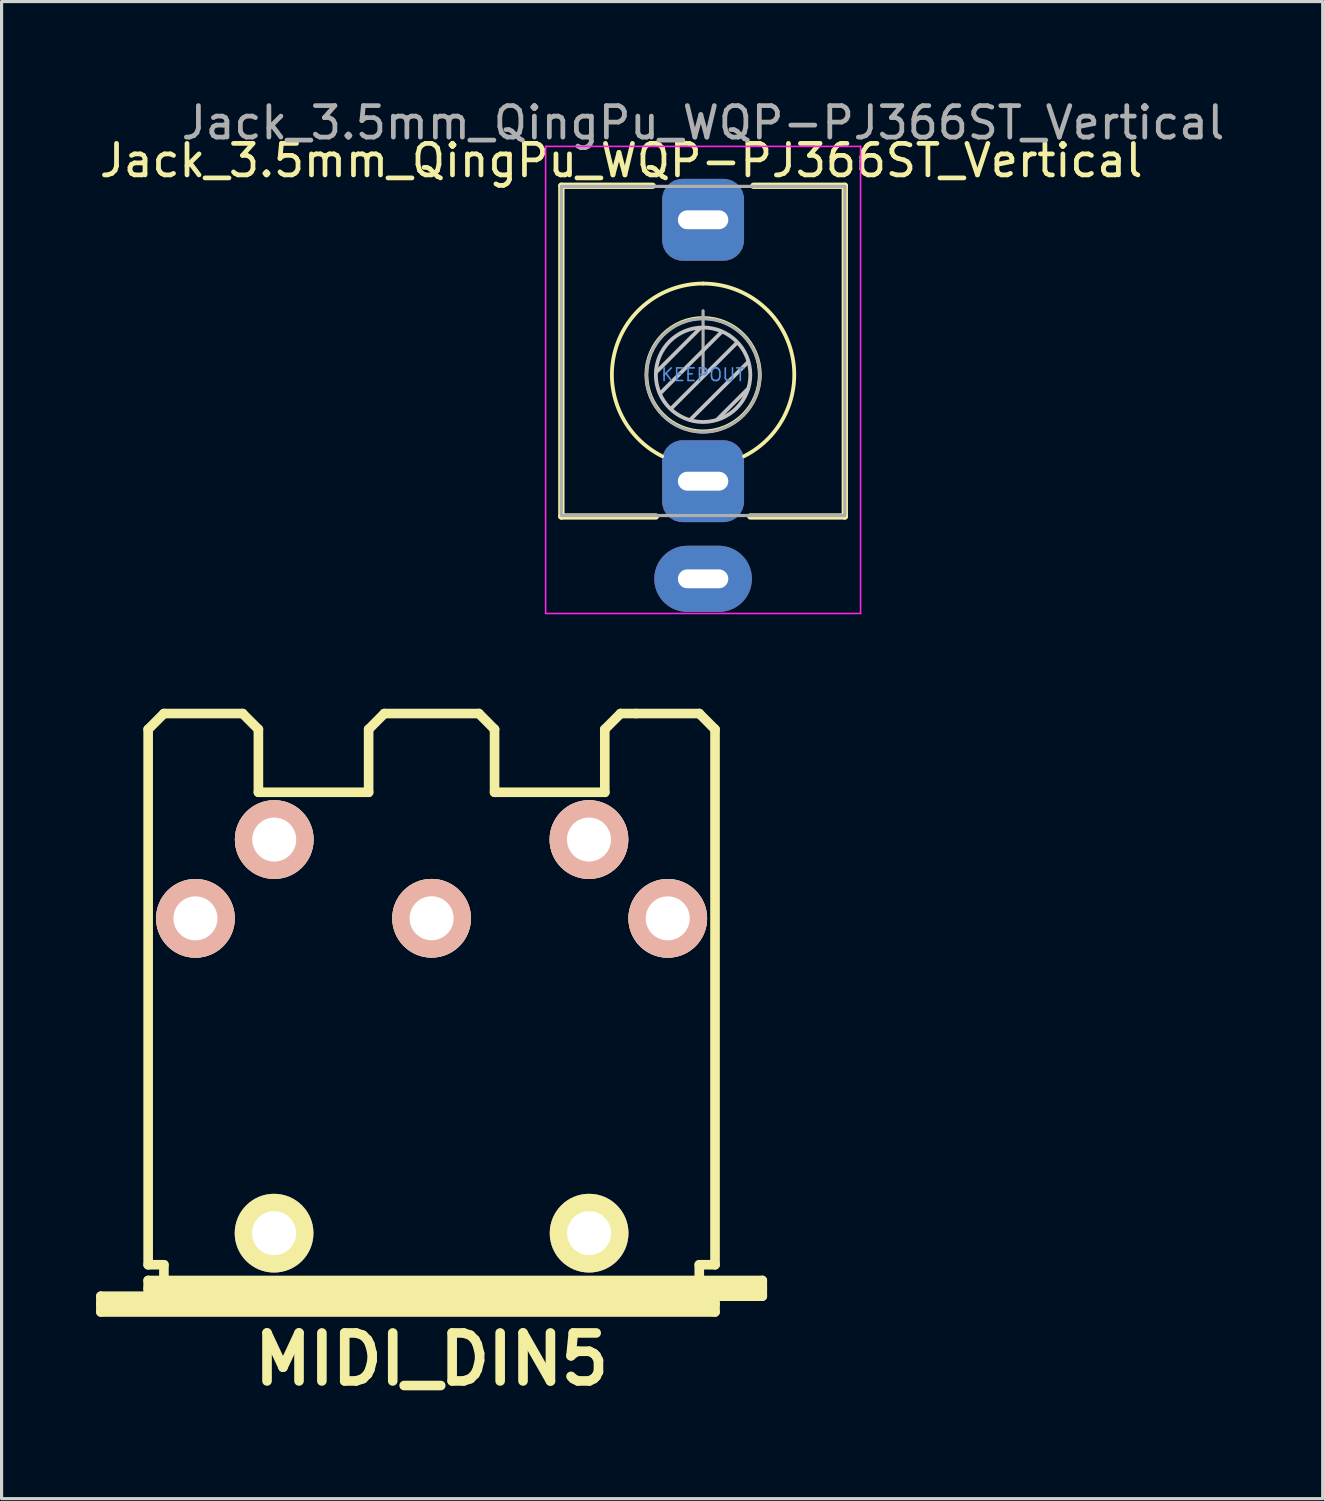
<source format=kicad_pcb>
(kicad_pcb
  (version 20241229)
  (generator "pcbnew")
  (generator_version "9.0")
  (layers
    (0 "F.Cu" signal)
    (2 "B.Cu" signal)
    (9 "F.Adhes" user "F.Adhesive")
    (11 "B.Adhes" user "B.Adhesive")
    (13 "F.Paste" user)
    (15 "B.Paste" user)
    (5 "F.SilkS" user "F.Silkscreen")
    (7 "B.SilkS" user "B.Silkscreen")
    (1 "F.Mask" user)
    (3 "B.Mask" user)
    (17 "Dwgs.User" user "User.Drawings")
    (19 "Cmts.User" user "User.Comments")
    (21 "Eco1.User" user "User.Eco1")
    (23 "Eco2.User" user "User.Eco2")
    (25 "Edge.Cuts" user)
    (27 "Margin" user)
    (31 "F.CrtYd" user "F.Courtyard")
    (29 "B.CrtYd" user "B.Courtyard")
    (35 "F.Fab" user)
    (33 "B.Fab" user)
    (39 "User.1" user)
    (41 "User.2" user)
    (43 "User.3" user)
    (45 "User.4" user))
  (footprint "Jack_3.5mm_QingPu_WQP-PJ366ST_Vertical"
    (layer "F.Cu")
    (at 19.273 8.848)
    (property "Reference" "Jack_3.5mm_QingPu_WQP-PJ366ST_Vertical" (at -2.6 -6.8 0) (layer "F.SilkS") (effects (font (size 1 1) (thickness 0.15))))
    (attr through_hole)
    (fp_line (start -4.5 -6) (end -1.6 -6) (stroke (width 0.2) (type solid)) (layer "F.SilkS"))
    (fp_line (start -4.5 4.5) (end -4.5 -6) (stroke (width 0.2) (type solid)) (layer "F.SilkS"))
    (fp_line (start -4.5 4.5) (end -1.5 4.5) (stroke (width 0.2) (type solid)) (layer "F.SilkS"))
    (fp_line (start 1.5 4.5) (end 4.5 4.5) (stroke (width 0.2) (type solid)) (layer "F.SilkS"))
    (fp_line (start 1.6 -6) (end 4.5 -6) (stroke (width 0.2) (type solid)) (layer "F.SilkS"))
    (fp_line (start 4.5 4.5) (end 4.5 -6) (stroke (width 0.2) (type solid)) (layer "F.SilkS"))
    (fp_arc (start -1.296263 2.588577) (mid -2.817353 -0.665994) (end 0 -2.895) (stroke (width 0.12) (type solid)) (layer "F.SilkS"))
    (fp_arc (start 0 -2.895) (mid 2.817353 -0.665994) (end 1.296263 2.588577) (stroke (width 0.12) (type solid)) (layer "F.SilkS"))
    (fp_circle (center 0 0) (end -1.8 0) (stroke (width 0.12) (type solid)) (fill no) (layer "F.SilkS"))
    (fp_line (start -0.09 -1.48) (end -1.48 -0.09) (stroke (width 0.12) (type solid)) (layer "Dwgs.User"))
    (fp_line (start 0.58 -1.35) (end -1.36 0.59) (stroke (width 0.12) (type solid)) (layer "Dwgs.User"))
    (fp_line (start 1.07 -1.01) (end -1.01 1.07) (stroke (width 0.12) (type solid)) (layer "Dwgs.User"))
    (fp_line (start 1.41 0.46) (end 0.46 1.41) (stroke (width 0.12) (type solid)) (layer "Dwgs.User"))
    (fp_line (start 1.42 -0.395) (end -0.4 1.42) (stroke (width 0.12) (type solid)) (layer "Dwgs.User"))
    (fp_circle (center 0 0) (end -1.5 0) (stroke (width 0.12) (type solid)) (fill no) (layer "Dwgs.User"))
    (fp_line (start -5 -7.25) (end -5 7.58) (stroke (width 0.05) (type solid)) (layer "F.CrtYd"))
    (fp_line (start -5 -7.25) (end 5 -7.25) (stroke (width 0.05) (type solid)) (layer "F.CrtYd"))
    (fp_line (start -5 7.58) (end 5 7.58) (stroke (width 0.05) (type solid)) (layer "F.CrtYd"))
    (fp_line (start 5 -7.25) (end 5 7.58) (stroke (width 0.05) (type solid)) (layer "F.CrtYd"))
    (fp_line (start -4.5 -5.98) (end -4.5 4.42) (stroke (width 0.1) (type solid)) (layer "F.Fab"))
    (fp_line (start -4.5 -5.98) (end 4.5 -5.98) (stroke (width 0.1) (type solid)) (layer "F.Fab"))
    (fp_line (start -4.5 4.47) (end 4.5 4.47) (stroke (width 0.1) (type solid)) (layer "F.Fab"))
    (fp_line (start 0 0) (end 0 -2.03) (stroke (width 0.1) (type solid)) (layer "F.Fab"))
    (fp_line (start 4.5 -5.98) (end 4.5 4.42) (stroke (width 0.1) (type solid)) (layer "F.Fab"))
    (fp_circle (center 0 0.02) (end -1.8 0.02) (stroke (width 0.1) (type solid)) (fill no) (layer "F.Fab"))
    (fp_text user "KEEPOUT" (at 0 0 180) (layer "Cmts.User") (effects (font (size 0.4 0.4) (thickness 0.051))))
    (fp_text user "${REFERENCE}" (at 0 -8 0) (layer "F.Fab") (effects (font (size 1 1) (thickness 0.15))))
    (pad "R" thru_hole roundrect (at 0 3.38) (size 2.6 2.6) (drill oval 1.6 0.6) (layers "*.Cu" "*.Mask") (roundrect_rratio 0.25))
    (pad "S" thru_hole oval (at 0 6.48) (size 3.1 2.1) (drill oval 1.6 0.6) (layers "*.Cu" "*.Mask"))
    (pad "T" thru_hole roundrect (at 0 -4.92) (size 2.6 2.6) (drill oval 1.6 0.6) (layers "*.Cu" "*.Mask") (roundrect_rratio 0.25)))
  (footprint "MIDI_DIN5"
    (layer "F.Cu")
    (at 10.653 29.105)
    (property "Reference" "MIDI_DIN5" (at 0 11.001 0) (layer "F.SilkS") (effects (font (size 1.524 1.524) (thickness 0.305))))
    (attr through_hole)
    (fp_line (start -10.5 8.999) (end -8.999 8.999) (stroke (width 0.305) (type solid)) (layer "F.SilkS"))
    (fp_line (start -10.5 9.251) (end 8.999 9.251) (stroke (width 0.305) (type solid)) (layer "F.SilkS"))
    (fp_line (start -10.5 9.5) (end -10.5 8.999) (stroke (width 0.305) (type solid)) (layer "F.SilkS"))
    (fp_line (start -8.999 -8.999) (end -8.999 8.001) (stroke (width 0.305) (type solid)) (layer "F.SilkS"))
    (fp_line (start -8.999 -8.999) (end -8.499 -9.5) (stroke (width 0.305) (type solid)) (layer "F.SilkS"))
    (fp_line (start -8.999 8.001) (end -8.499 8.001) (stroke (width 0.305) (type solid)) (layer "F.SilkS"))
    (fp_line (start -8.999 8.499) (end 10.5 8.499) (stroke (width 0.305) (type solid)) (layer "F.SilkS"))
    (fp_line (start -8.999 8.75) (end 10.5 8.75) (stroke (width 0.305) (type solid)) (layer "F.SilkS"))
    (fp_line (start -8.999 8.999) (end -8.999 8.499) (stroke (width 0.305) (type solid)) (layer "F.SilkS"))
    (fp_line (start -8.499 -9.5) (end -5.999 -9.5) (stroke (width 0.305) (type solid)) (layer "F.SilkS"))
    (fp_line (start -8.499 8.001) (end -8.499 8.499) (stroke (width 0.305) (type solid)) (layer "F.SilkS"))
    (fp_line (start -5.999 -9.5) (end -5.499 -8.999) (stroke (width 0.305) (type solid)) (layer "F.SilkS"))
    (fp_line (start -5.499 -8.999) (end -5.499 -7) (stroke (width 0.305) (type solid)) (layer "F.SilkS"))
    (fp_line (start -5.499 -7) (end -1.999 -7) (stroke (width 0.305) (type solid)) (layer "F.SilkS"))
    (fp_line (start -1.999 -8.999) (end -1.999 -7) (stroke (width 0.305) (type solid)) (layer "F.SilkS"))
    (fp_line (start -1.501 -9.5) (end -1.999 -8.999) (stroke (width 0.305) (type solid)) (layer "F.SilkS"))
    (fp_line (start -1.501 -9.5) (end 1.501 -9.5) (stroke (width 0.305) (type solid)) (layer "F.SilkS"))
    (fp_line (start 1.501 -9.5) (end 1.999 -8.999) (stroke (width 0.305) (type solid)) (layer "F.SilkS"))
    (fp_line (start 1.999 -8.999) (end 1.999 -7) (stroke (width 0.305) (type solid)) (layer "F.SilkS"))
    (fp_line (start 5.499 -8.999) (end 5.499 -7) (stroke (width 0.305) (type solid)) (layer "F.SilkS"))
    (fp_line (start 5.499 -7) (end 1.999 -7) (stroke (width 0.305) (type solid)) (layer "F.SilkS"))
    (fp_line (start 5.999 -9.5) (end 5.499 -8.999) (stroke (width 0.305) (type solid)) (layer "F.SilkS"))
    (fp_line (start 6.5 -9.5) (end 5.999 -9.5) (stroke (width 0.305) (type solid)) (layer "F.SilkS"))
    (fp_line (start 8.499 -9.5) (end 6.5 -9.5) (stroke (width 0.305) (type solid)) (layer "F.SilkS"))
    (fp_line (start 8.499 8.499) (end 8.499 8.001) (stroke (width 0.305) (type solid)) (layer "F.SilkS"))
    (fp_line (start 8.999 -8.999) (end 8.499 -9.5) (stroke (width 0.305) (type solid)) (layer "F.SilkS"))
    (fp_line (start 8.999 -8.999) (end 8.999 8.001) (stroke (width 0.305) (type solid)) (layer "F.SilkS"))
    (fp_line (start 8.999 8.001) (end 8.499 8.001) (stroke (width 0.305) (type solid)) (layer "F.SilkS"))
    (fp_line (start 8.999 8.999) (end -8.999 8.999) (stroke (width 0.305) (type solid)) (layer "F.SilkS"))
    (fp_line (start 8.999 8.999) (end 8.999 9.5) (stroke (width 0.305) (type solid)) (layer "F.SilkS"))
    (fp_line (start 8.999 9.5) (end -10.5 9.5) (stroke (width 0.305) (type solid)) (layer "F.SilkS"))
    (fp_line (start 10.5 8.499) (end 10.5 8.999) (stroke (width 0.305) (type solid)) (layer "F.SilkS"))
    (fp_line (start 10.5 8.999) (end 8.999 8.999) (stroke (width 0.305) (type solid)) (layer "F.SilkS"))
    (pad "" np_thru_hole circle (at -5.001 6.998) (size 2.499 2.499) (drill 1.397) (layers "*.Cu" "*.Mask" "F.SilkS"))
    (pad "" np_thru_hole circle (at 5.001 6.998) (size 2.499 2.499) (drill 1.397) (layers "*.Cu" "*.Mask" "F.SilkS"))
    (pad "1" thru_hole circle (at 7.498 -2.997) (size 2.499 2.499) (drill 1.397) (layers "*.Cu" "*.SilkS" "*.Mask"))
    (pad "2" thru_hole circle (at 0 -3) (size 2.499 2.499) (drill 1.397) (layers "*.Cu" "*.SilkS" "*.Mask"))
    (pad "3" thru_hole circle (at -7.498 -2.997) (size 2.499 2.499) (drill 1.397) (layers "*.Cu" "*.SilkS" "*.Mask"))
    (pad "4" thru_hole circle (at 4.996 -5.499) (size 2.499 2.499) (drill 1.397) (layers "*.Cu" "*.SilkS" "*.Mask"))
    (pad "5" thru_hole circle (at -4.996 -5.499) (size 2.499 2.499) (drill 1.397) (layers "*.Cu" "*.SilkS" "*.Mask")))
  (gr_rect
    (start -3 -3)
    (end 38.945 44.532)
    (stroke (width 0.1) (type default))
    (fill no)
    (layer "Edge.Cuts")))
</source>
